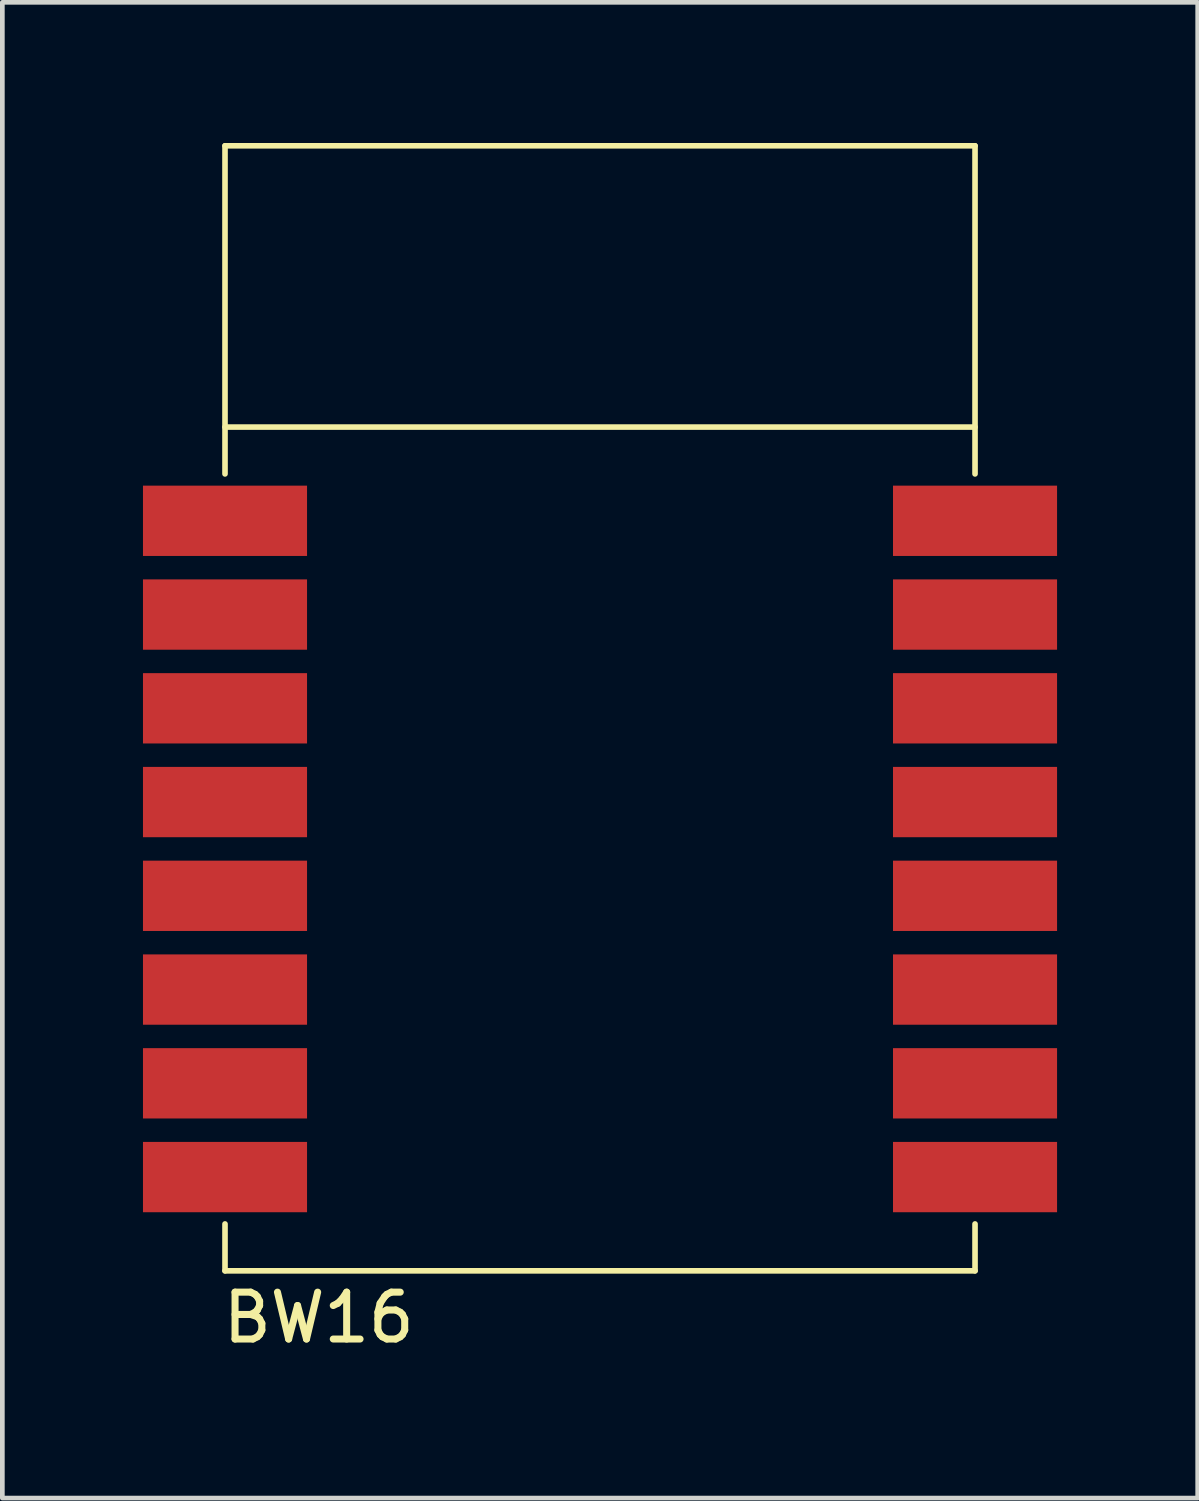
<source format=kicad_pcb>
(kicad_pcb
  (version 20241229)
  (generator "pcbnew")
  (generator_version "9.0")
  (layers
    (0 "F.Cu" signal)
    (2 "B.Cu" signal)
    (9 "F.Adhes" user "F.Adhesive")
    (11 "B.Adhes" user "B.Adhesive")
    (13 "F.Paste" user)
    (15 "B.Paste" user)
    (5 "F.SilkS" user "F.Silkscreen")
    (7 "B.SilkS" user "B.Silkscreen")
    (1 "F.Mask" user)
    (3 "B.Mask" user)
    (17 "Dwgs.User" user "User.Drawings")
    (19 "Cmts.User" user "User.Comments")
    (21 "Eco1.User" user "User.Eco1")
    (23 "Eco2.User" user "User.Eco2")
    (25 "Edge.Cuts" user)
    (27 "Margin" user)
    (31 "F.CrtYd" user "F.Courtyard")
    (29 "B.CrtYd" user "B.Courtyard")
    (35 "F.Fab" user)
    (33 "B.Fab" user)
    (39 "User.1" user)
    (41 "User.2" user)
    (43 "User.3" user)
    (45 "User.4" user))
  (footprint "BW16"
    (layer "F.Cu")
    (at 1.75 24.06)
    (property "Reference" "BW16" (at 2 1 0) (layer "F.SilkS") (effects (font (size 1 1) (thickness 0.15))))
    (attr through_hole)
    (fp_line (start 0 -24) (end 16 -24) (stroke (width 0.12) (type solid)) (layer "F.SilkS"))
    (fp_line (start 0 -18) (end 16 -18) (stroke (width 0.12) (type solid)) (layer "F.SilkS"))
    (fp_line (start 0 -17) (end 0 -24) (stroke (width 0.12) (type solid)) (layer "F.SilkS"))
    (fp_line (start 0 0) (end 0 -1) (stroke (width 0.12) (type solid)) (layer "F.SilkS"))
    (fp_line (start 16 -24) (end 16 -17) (stroke (width 0.12) (type solid)) (layer "F.SilkS"))
    (fp_line (start 16 0) (end 0 0) (stroke (width 0.12) (type solid)) (layer "F.SilkS"))
    (fp_line (start 16 0) (end 16 -1) (stroke (width 0.12) (type solid)) (layer "F.SilkS"))
    (pad "1" smd rect (at 0 -16) (size 3.5 1.5) (layers "F.Cu" "F.Mask" "F.Paste"))
    (pad "2" smd rect (at 0 -14) (size 3.5 1.5) (layers "F.Cu" "F.Mask" "F.Paste"))
    (pad "3" smd rect (at 0 -12) (size 3.5 1.5) (layers "F.Cu" "F.Mask" "F.Paste"))
    (pad "4" smd rect (at 0 -10) (size 3.5 1.5) (layers "F.Cu" "F.Mask" "F.Paste"))
    (pad "5" smd rect (at 0 -8) (size 3.5 1.5) (layers "F.Cu" "F.Mask" "F.Paste"))
    (pad "6" smd rect (at 0 -6) (size 3.5 1.5) (layers "F.Cu" "F.Mask" "F.Paste"))
    (pad "7" smd rect (at 0 -4) (size 3.5 1.5) (layers "F.Cu" "F.Mask" "F.Paste"))
    (pad "8" smd rect (at 0 -2) (size 3.5 1.5) (layers "F.Cu" "F.Mask" "F.Paste"))
    (pad "9" smd rect (at 16 -2) (size 3.5 1.5) (layers "F.Cu" "F.Mask" "F.Paste"))
    (pad "10" smd rect (at 16 -4) (size 3.5 1.5) (layers "F.Cu" "F.Mask" "F.Paste"))
    (pad "11" smd rect (at 16 -6) (size 3.5 1.5) (layers "F.Cu" "F.Mask" "F.Paste"))
    (pad "12" smd rect (at 16 -8) (size 3.5 1.5) (layers "F.Cu" "F.Mask" "F.Paste"))
    (pad "13" smd rect (at 16 -10) (size 3.5 1.5) (layers "F.Cu" "F.Mask" "F.Paste"))
    (pad "14" smd rect (at 16 -12) (size 3.5 1.5) (layers "F.Cu" "F.Mask" "F.Paste"))
    (pad "15" smd rect (at 16 -14) (size 3.5 1.5) (layers "F.Cu" "F.Mask" "F.Paste"))
    (pad "16" smd rect (at 16 -16) (size 3.5 1.5) (layers "F.Cu" "F.Mask" "F.Paste")))
  (gr_rect
    (start -3 -3)
    (end 22.5 28.908)
    (stroke (width 0.1) (type default))
    (fill no)
    (layer "Edge.Cuts")))
</source>
